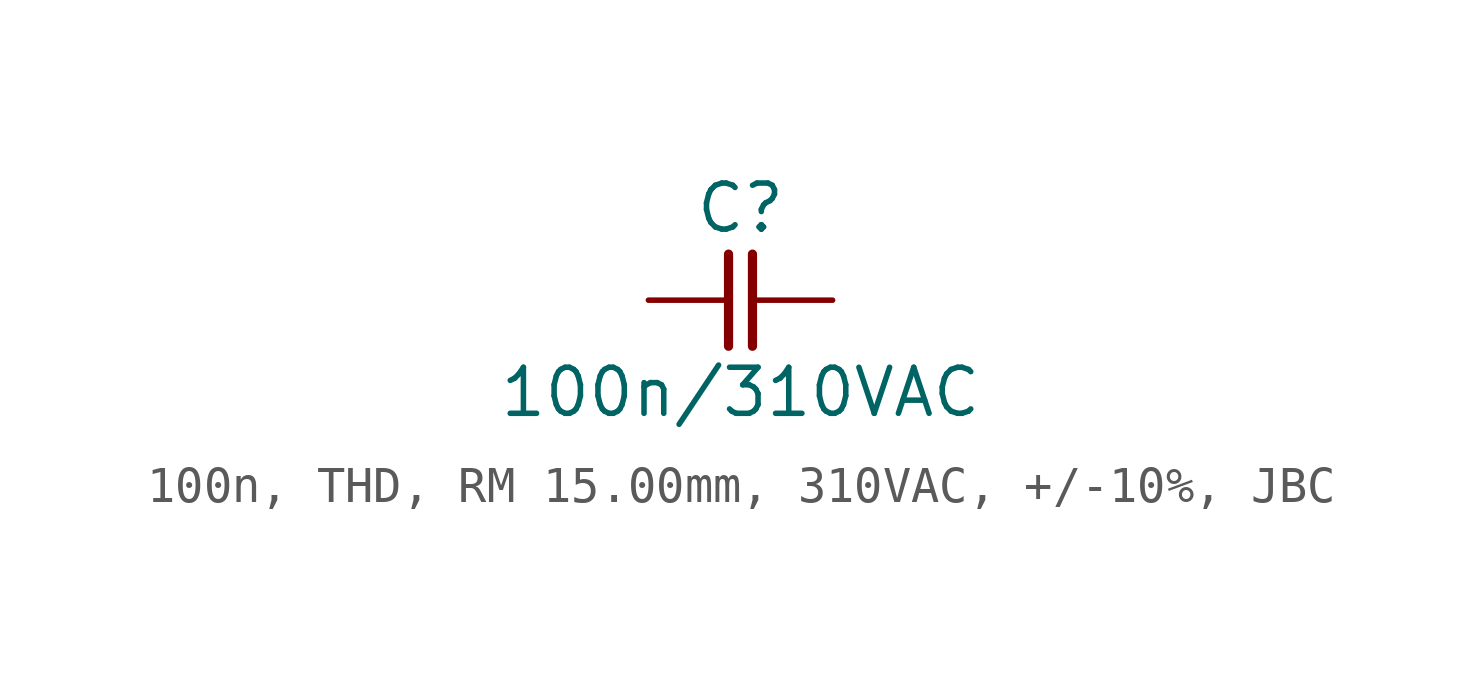
<source format=kicad_sym>
(kicad_symbol_lib
  (version 20241209)
  (generator "kicad_symbol_editor")
  (generator_version "9.0")
  (symbol "100n, THD, RM 15.00mm, 310VAC, +/-10%, JBC"
    (pin_numbers
      (hide yes))
    (pin_names
      (offset 0)
      (hide yes))
    (property "Reference" "C"
      (at 0 2.54 0)
      (effects (font (size 1.27 1.27))))
    (property "Value" "100n/310VAC"
      (at 0 -2.54 0)
      (effects (font (size 1.27 1.27))))
    (symbol "100n, THD, RM 15.00mm, 310VAC, +/-10%, JBC_0_1"
      (polyline (pts (xy -0.33 1.27) (xy -0.33 -1.27)) (stroke (width 0.254) (type default)) (fill (type none)))
      (polyline (pts (xy 0.33 1.27) (xy 0.33 -1.27)) (stroke (width 0.254) (type default)) (fill (type none))))
    (symbol "100n, THD, RM 15.00mm, 310VAC, +/-10%, JBC_1_1"
      (pin passive line (at -2.54 0 0) (length 2.21) (name "1" (effects (font (size 1.27 1.27)))) (number "1" (effects (font (size 1.27 1.27)))))
      (pin passive line (at 2.54 0 180) (length 2.21) (name "2" (effects (font (size 1.27 1.27)))) (number "2" (effects (font (size 1.27 1.27))))))))
</source>
